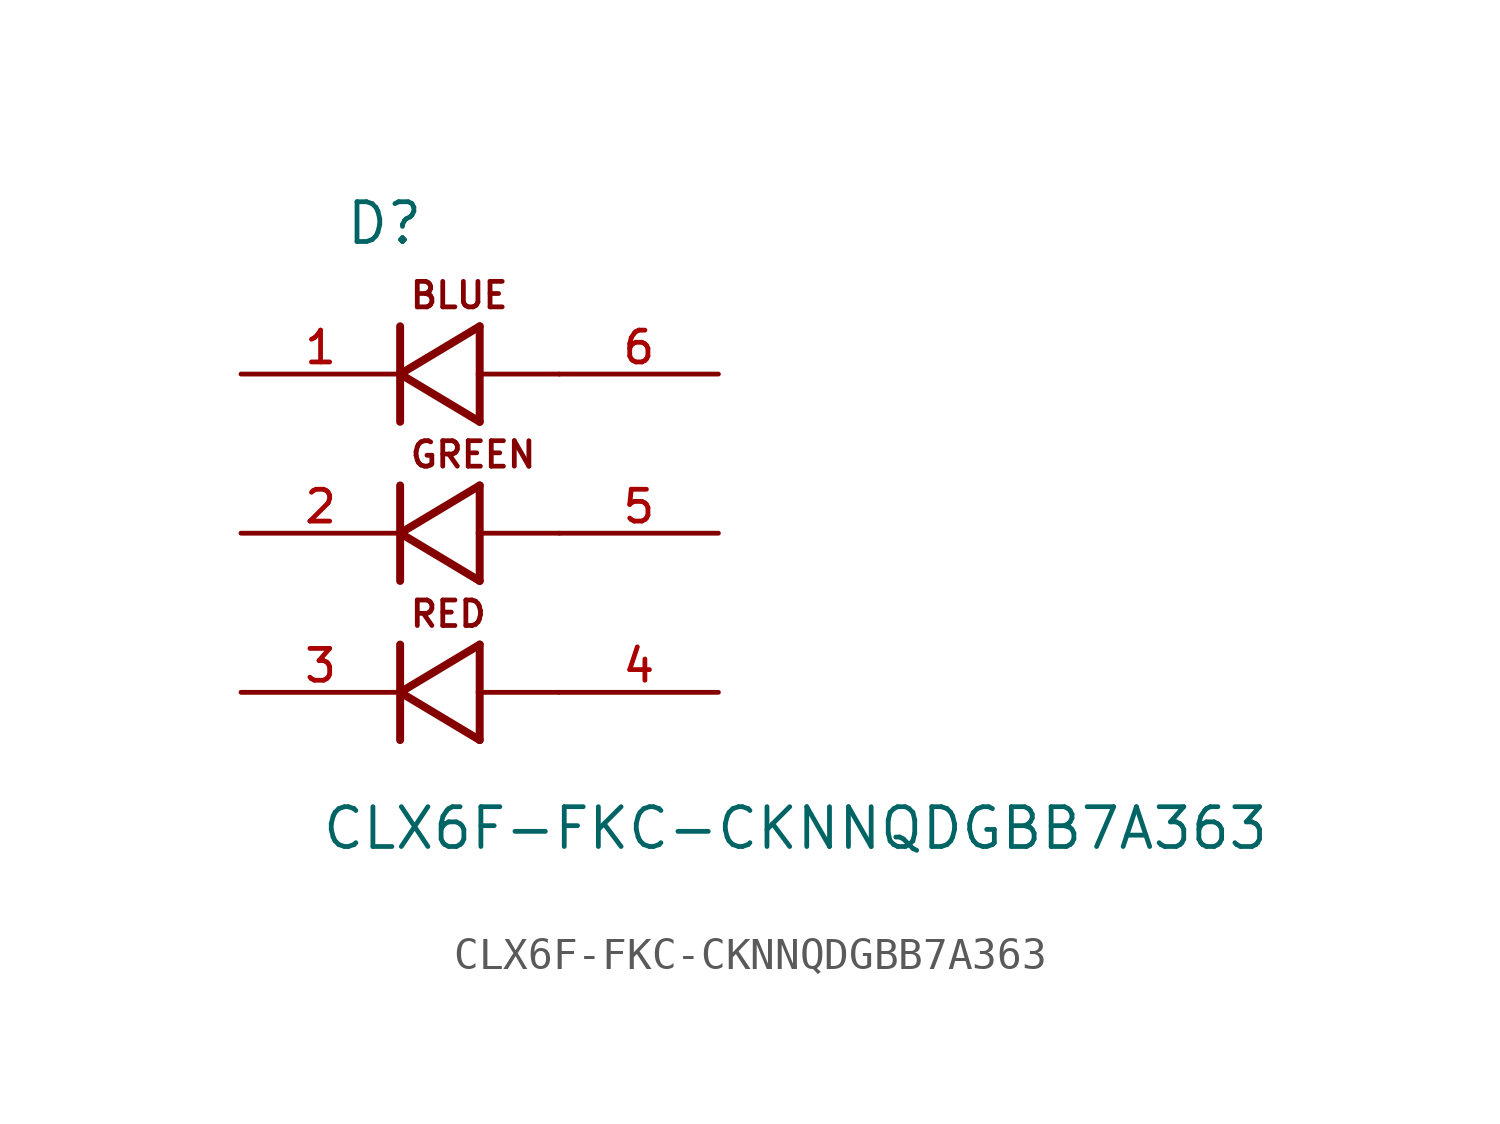
<source format=kicad_sym>
(kicad_symbol_lib
  (version 20211014)
  (generator kicad_symbol_editor)
  (symbol "CLX6F-FKC-CKNNQDGBB7A363"
    (pin_names
      (offset 1.016))
    (property "Reference" "D"
      (at -1.779 9.148 0)
      (effects (font (size 1.27 1.27)) (justify bottom left)))
    (property "Value" "CLX6F-FKC-CKNNQDGBB7A363"
      (at -2.541 -10.165 0)
      (effects (font (size 1.27 1.27)) (justify bottom left)))
    (symbol "CLX6F-FKC-CKNNQDGBB7A363_0_0"
      (polyline (pts (xy 2.54 3.556) (xy 2.54 5.08)) (stroke (width 0.254)))
      (polyline (pts (xy 2.54 5.08) (xy 2.54 6.604)) (stroke (width 0.254)))
      (polyline (pts (xy 2.54 6.604) (xy 0.0 5.08)) (stroke (width 0.254)))
      (polyline (pts (xy 0.0 5.08) (xy 2.54 3.556)) (stroke (width 0.254)))
      (polyline (pts (xy 0.0 3.556) (xy 0.0 6.604)) (stroke (width 0.254)))
      (polyline (pts (xy 2.54 -1.524) (xy 2.54 0.0)) (stroke (width 0.254)))
      (polyline (pts (xy 2.54 0.0) (xy 2.54 1.524)) (stroke (width 0.254)))
      (polyline (pts (xy 2.54 1.524) (xy 0.0 0.0)) (stroke (width 0.254)))
      (polyline (pts (xy 0.0 0.0) (xy 2.54 -1.524)) (stroke (width 0.254)))
      (polyline (pts (xy 0.0 -1.524) (xy 0.0 1.524)) (stroke (width 0.254)))
      (polyline (pts (xy 2.54 -6.604) (xy 2.54 -5.08)) (stroke (width 0.254)))
      (polyline (pts (xy 2.54 -5.08) (xy 2.54 -3.556)) (stroke (width 0.254)))
      (polyline (pts (xy 2.54 -3.556) (xy 0.0 -5.08)) (stroke (width 0.254)))
      (polyline (pts (xy 0.0 -5.08) (xy 2.54 -6.604)) (stroke (width 0.254)))
      (polyline (pts (xy 0.0 -6.604) (xy 0.0 -3.556)) (stroke (width 0.254)))
      (polyline (pts (xy 2.54 -5.08) (xy 5.08 -5.08)) (stroke (width 0.152)))
      (polyline (pts (xy 5.08 5.08) (xy 2.54 5.08)) (stroke (width 0.152)))
      (polyline (pts (xy 5.08 0.0) (xy 2.54 0.0)) (stroke (width 0.152)))
      (text "RED" (at 0.254 -3.054 0) (effects (font (size 0.814 0.814)) (justify bottom left)))
      (text "GREEN" (at 0.254 2.032 0) (effects (font (size 0.813 0.813)) (justify bottom left)))
      (text "BLUE" (at 0.254 7.118 0) (effects (font (size 0.813 0.813)) (justify bottom left)))
      (pin passive line (at -5.08 5.08 0) (length 5.08) (name "~" (effects (font (size 1.016 1.016)))) (number "1" (effects (font (size 1.016 1.016)))))
      (pin passive line (at -5.08 0.0 0) (length 5.08) (name "~" (effects (font (size 1.016 1.016)))) (number "2" (effects (font (size 1.016 1.016)))))
      (pin passive line (at -5.08 -5.08 0) (length 5.08) (name "~" (effects (font (size 1.016 1.016)))) (number "3" (effects (font (size 1.016 1.016)))))
      (pin passive line (at 10.16 -5.08 180.0) (length 5.08) (name "~" (effects (font (size 1.016 1.016)))) (number "4" (effects (font (size 1.016 1.016)))))
      (pin passive line (at 10.16 0.0 180.0) (length 5.08) (name "~" (effects (font (size 1.016 1.016)))) (number "5" (effects (font (size 1.016 1.016)))))
      (pin passive line (at 10.16 5.08 180.0) (length 5.08) (name "~" (effects (font (size 1.016 1.016)))) (number "6" (effects (font (size 1.016 1.016))))))))
</source>
